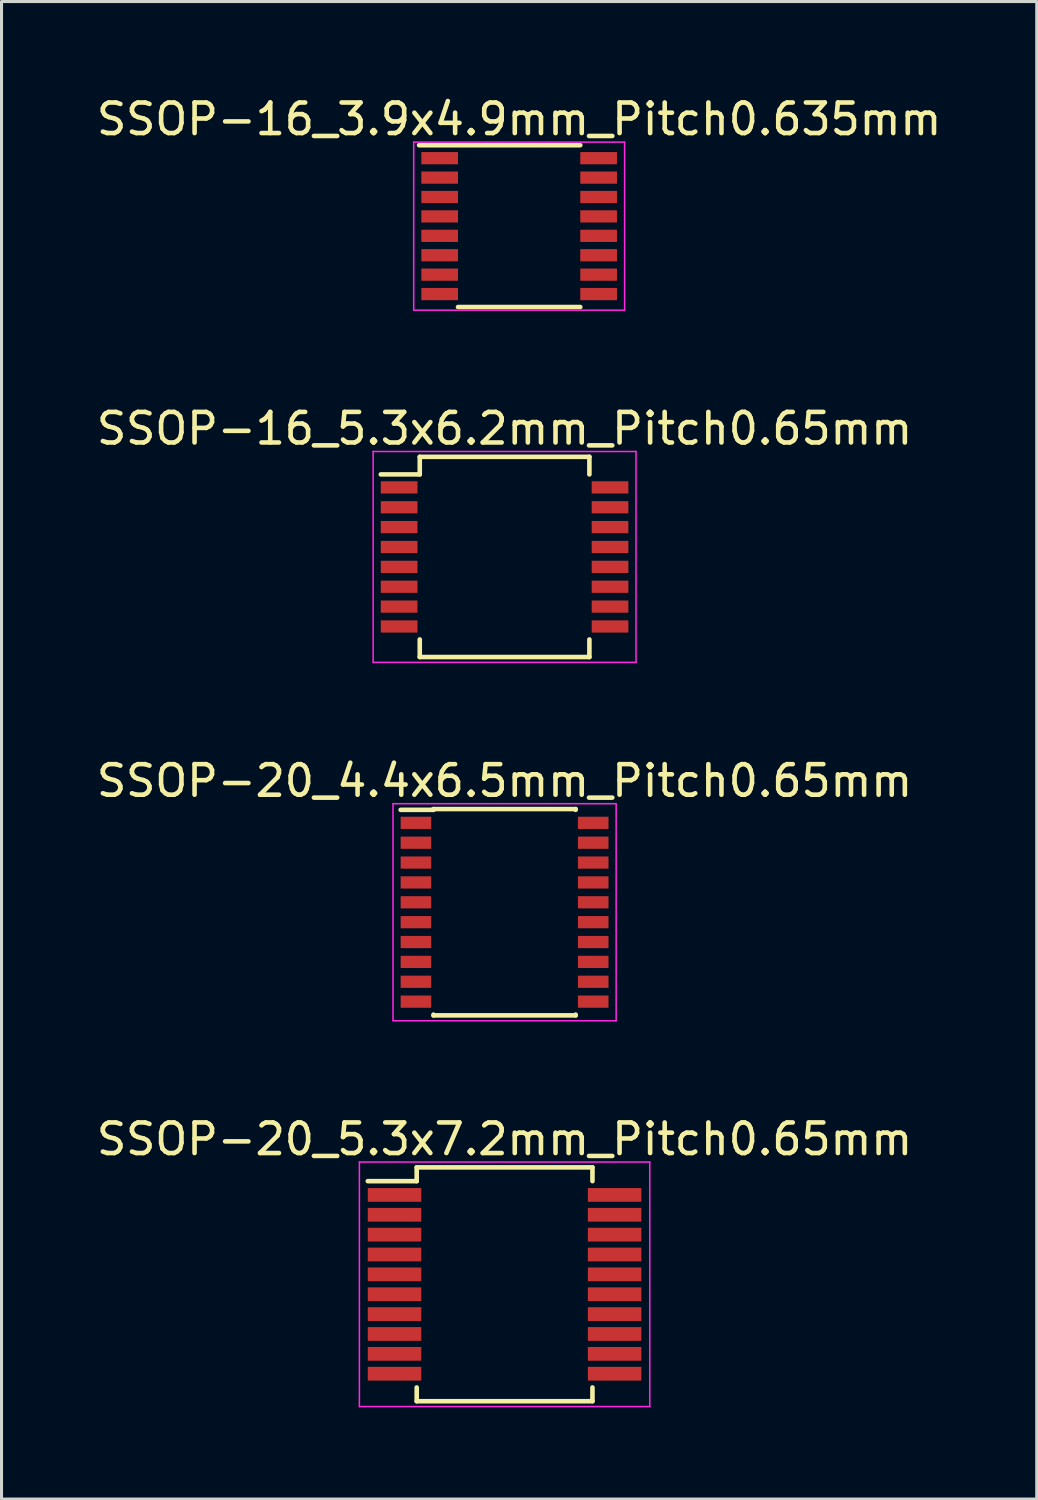
<source format=kicad_pcb>
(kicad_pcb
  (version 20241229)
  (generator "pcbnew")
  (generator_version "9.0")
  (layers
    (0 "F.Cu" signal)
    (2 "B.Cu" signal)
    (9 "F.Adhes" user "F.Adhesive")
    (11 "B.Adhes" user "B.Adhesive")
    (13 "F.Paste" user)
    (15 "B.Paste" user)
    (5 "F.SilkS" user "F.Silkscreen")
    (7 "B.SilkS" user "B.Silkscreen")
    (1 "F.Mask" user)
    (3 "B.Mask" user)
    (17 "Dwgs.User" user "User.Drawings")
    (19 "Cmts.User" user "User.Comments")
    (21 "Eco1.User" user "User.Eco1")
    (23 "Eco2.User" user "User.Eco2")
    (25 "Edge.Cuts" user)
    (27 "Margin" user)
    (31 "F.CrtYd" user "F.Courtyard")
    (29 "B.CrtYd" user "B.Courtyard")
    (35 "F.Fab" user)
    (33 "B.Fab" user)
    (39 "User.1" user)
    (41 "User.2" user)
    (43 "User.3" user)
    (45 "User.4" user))
  (footprint "SSOP-16_3.9x4.9mm_Pitch0.635mm"
    (layer "F.Cu")
    (at 13.935 4.348)
    (property "Reference" "SSOP-16_3.9x4.9mm_Pitch0.635mm" (at 0 -3.5 0) (layer "F.SilkS") (effects (font (size 1 1) (thickness 0.15))))
    (attr smd)
    (fp_line (start -3.275 -2.647) (end 2 -2.647) (stroke (width 0.15) (type solid)) (layer "F.SilkS"))
    (fp_line (start -2 2.647) (end 2 2.647) (stroke (width 0.15) (type solid)) (layer "F.SilkS"))
    (fp_line (start -3.45 -2.75) (end -3.45 2.75) (stroke (width 0.05) (type solid)) (layer "F.CrtYd"))
    (fp_line (start -3.45 -2.75) (end 3.45 -2.75) (stroke (width 0.05) (type solid)) (layer "F.CrtYd"))
    (fp_line (start -3.45 2.75) (end 3.45 2.75) (stroke (width 0.05) (type solid)) (layer "F.CrtYd"))
    (fp_line (start 3.45 -2.75) (end 3.45 2.75) (stroke (width 0.05) (type solid)) (layer "F.CrtYd"))
    (pad "1" smd rect (at -2.6 -2.223) (size 1.2 0.4) (layers "F.Cu" "F.Mask" "F.Paste"))
    (pad "2" smd rect (at -2.6 -1.587) (size 1.2 0.4) (layers "F.Cu" "F.Mask" "F.Paste"))
    (pad "3" smd rect (at -2.6 -0.953) (size 1.2 0.4) (layers "F.Cu" "F.Mask" "F.Paste"))
    (pad "4" smd rect (at -2.6 -0.318) (size 1.2 0.4) (layers "F.Cu" "F.Mask" "F.Paste"))
    (pad "5" smd rect (at -2.6 0.318) (size 1.2 0.4) (layers "F.Cu" "F.Mask" "F.Paste"))
    (pad "6" smd rect (at -2.6 0.953) (size 1.2 0.4) (layers "F.Cu" "F.Mask" "F.Paste"))
    (pad "7" smd rect (at -2.6 1.587) (size 1.2 0.4) (layers "F.Cu" "F.Mask" "F.Paste"))
    (pad "8" smd rect (at -2.6 2.223) (size 1.2 0.4) (layers "F.Cu" "F.Mask" "F.Paste"))
    (pad "9" smd rect (at 2.6 2.223) (size 1.2 0.4) (layers "F.Cu" "F.Mask" "F.Paste"))
    (pad "10" smd rect (at 2.6 1.587) (size 1.2 0.4) (layers "F.Cu" "F.Mask" "F.Paste"))
    (pad "11" smd rect (at 2.6 0.953) (size 1.2 0.4) (layers "F.Cu" "F.Mask" "F.Paste"))
    (pad "12" smd rect (at 2.6 0.318) (size 1.2 0.4) (layers "F.Cu" "F.Mask" "F.Paste"))
    (pad "13" smd rect (at 2.6 -0.318) (size 1.2 0.4) (layers "F.Cu" "F.Mask" "F.Paste"))
    (pad "14" smd rect (at 2.6 -0.953) (size 1.2 0.4) (layers "F.Cu" "F.Mask" "F.Paste"))
    (pad "15" smd rect (at 2.6 -1.587) (size 1.2 0.4) (layers "F.Cu" "F.Mask" "F.Paste"))
    (pad "16" smd rect (at 2.6 -2.223) (size 1.2 0.4) (layers "F.Cu" "F.Mask" "F.Paste")))
  (footprint "SSOP-20_4.4x6.5mm_Pitch0.65mm"
    (layer "F.Cu")
    (at 13.458 26.795)
    (property "Reference" "SSOP-20_4.4x6.5mm_Pitch0.65mm" (at 0 -4.3 0) (layer "F.SilkS") (effects (font (size 1 1) (thickness 0.15))))
    (attr smd)
    (fp_line (start -2.325 -3.375) (end -2.325 -3.35) (stroke (width 0.15) (type solid)) (layer "F.SilkS"))
    (fp_line (start -2.325 -3.375) (end 2.325 -3.375) (stroke (width 0.15) (type solid)) (layer "F.SilkS"))
    (fp_line (start -2.325 -3.35) (end -3.4 -3.35) (stroke (width 0.15) (type solid)) (layer "F.SilkS"))
    (fp_line (start -2.325 3.375) (end -2.325 3.35) (stroke (width 0.15) (type solid)) (layer "F.SilkS"))
    (fp_line (start -2.325 3.375) (end 2.325 3.375) (stroke (width 0.15) (type solid)) (layer "F.SilkS"))
    (fp_line (start 2.325 -3.375) (end 2.325 -3.35) (stroke (width 0.15) (type solid)) (layer "F.SilkS"))
    (fp_line (start 2.325 3.375) (end 2.325 3.35) (stroke (width 0.15) (type solid)) (layer "F.SilkS"))
    (fp_line (start -3.65 -3.55) (end -3.65 3.55) (stroke (width 0.05) (type solid)) (layer "F.CrtYd"))
    (fp_line (start -3.65 -3.55) (end 3.65 -3.55) (stroke (width 0.05) (type solid)) (layer "F.CrtYd"))
    (fp_line (start -3.65 3.55) (end 3.65 3.55) (stroke (width 0.05) (type solid)) (layer "F.CrtYd"))
    (fp_line (start 3.65 -3.55) (end 3.65 3.55) (stroke (width 0.05) (type solid)) (layer "F.CrtYd"))
    (pad "1" smd rect (at -2.9 -2.925) (size 1 0.4) (layers "F.Cu" "F.Mask" "F.Paste"))
    (pad "2" smd rect (at -2.9 -2.275) (size 1 0.4) (layers "F.Cu" "F.Mask" "F.Paste"))
    (pad "3" smd rect (at -2.9 -1.625) (size 1 0.4) (layers "F.Cu" "F.Mask" "F.Paste"))
    (pad "4" smd rect (at -2.9 -0.975) (size 1 0.4) (layers "F.Cu" "F.Mask" "F.Paste"))
    (pad "5" smd rect (at -2.9 -0.325) (size 1 0.4) (layers "F.Cu" "F.Mask" "F.Paste"))
    (pad "6" smd rect (at -2.9 0.325) (size 1 0.4) (layers "F.Cu" "F.Mask" "F.Paste"))
    (pad "7" smd rect (at -2.9 0.975) (size 1 0.4) (layers "F.Cu" "F.Mask" "F.Paste"))
    (pad "8" smd rect (at -2.9 1.625) (size 1 0.4) (layers "F.Cu" "F.Mask" "F.Paste"))
    (pad "9" smd rect (at -2.9 2.275) (size 1 0.4) (layers "F.Cu" "F.Mask" "F.Paste"))
    (pad "10" smd rect (at -2.9 2.925) (size 1 0.4) (layers "F.Cu" "F.Mask" "F.Paste"))
    (pad "11" smd rect (at 2.9 2.925) (size 1 0.4) (layers "F.Cu" "F.Mask" "F.Paste"))
    (pad "12" smd rect (at 2.9 2.275) (size 1 0.4) (layers "F.Cu" "F.Mask" "F.Paste"))
    (pad "13" smd rect (at 2.9 1.625) (size 1 0.4) (layers "F.Cu" "F.Mask" "F.Paste"))
    (pad "14" smd rect (at 2.9 0.975) (size 1 0.4) (layers "F.Cu" "F.Mask" "F.Paste"))
    (pad "15" smd rect (at 2.9 0.325) (size 1 0.4) (layers "F.Cu" "F.Mask" "F.Paste"))
    (pad "16" smd rect (at 2.9 -0.325) (size 1 0.4) (layers "F.Cu" "F.Mask" "F.Paste"))
    (pad "17" smd rect (at 2.9 -0.975) (size 1 0.4) (layers "F.Cu" "F.Mask" "F.Paste"))
    (pad "18" smd rect (at 2.9 -1.625) (size 1 0.4) (layers "F.Cu" "F.Mask" "F.Paste"))
    (pad "19" smd rect (at 2.9 -2.275) (size 1 0.4) (layers "F.Cu" "F.Mask" "F.Paste"))
    (pad "20" smd rect (at 2.9 -2.925) (size 1 0.4) (layers "F.Cu" "F.Mask" "F.Paste")))
  (footprint "SSOP-16_5.3x6.2mm_Pitch0.65mm"
    (layer "F.Cu")
    (at 13.458 15.171)
    (property "Reference" "SSOP-16_5.3x6.2mm_Pitch0.65mm" (at 0 -4.2 0) (layer "F.SilkS") (effects (font (size 1 1) (thickness 0.15))))
    (attr smd)
    (fp_line (start -2.775 -3.275) (end -2.775 -2.7) (stroke (width 0.15) (type solid)) (layer "F.SilkS"))
    (fp_line (start -2.775 -3.275) (end 2.775 -3.275) (stroke (width 0.15) (type solid)) (layer "F.SilkS"))
    (fp_line (start -2.775 -2.7) (end -4.05 -2.7) (stroke (width 0.15) (type solid)) (layer "F.SilkS"))
    (fp_line (start -2.775 3.275) (end -2.775 2.7) (stroke (width 0.15) (type solid)) (layer "F.SilkS"))
    (fp_line (start -2.775 3.275) (end 2.775 3.275) (stroke (width 0.15) (type solid)) (layer "F.SilkS"))
    (fp_line (start 2.775 -3.275) (end 2.775 -2.7) (stroke (width 0.15) (type solid)) (layer "F.SilkS"))
    (fp_line (start 2.775 3.275) (end 2.775 2.7) (stroke (width 0.15) (type solid)) (layer "F.SilkS"))
    (fp_line (start -4.3 -3.45) (end -4.3 3.45) (stroke (width 0.05) (type solid)) (layer "F.CrtYd"))
    (fp_line (start -4.3 -3.45) (end 4.3 -3.45) (stroke (width 0.05) (type solid)) (layer "F.CrtYd"))
    (fp_line (start -4.3 3.45) (end 4.3 3.45) (stroke (width 0.05) (type solid)) (layer "F.CrtYd"))
    (fp_line (start 4.3 -3.45) (end 4.3 3.45) (stroke (width 0.05) (type solid)) (layer "F.CrtYd"))
    (pad "1" smd rect (at -3.45 -2.275) (size 1.2 0.4) (layers "F.Cu" "F.Mask" "F.Paste"))
    (pad "2" smd rect (at -3.45 -1.625) (size 1.2 0.4) (layers "F.Cu" "F.Mask" "F.Paste"))
    (pad "3" smd rect (at -3.45 -0.975) (size 1.2 0.4) (layers "F.Cu" "F.Mask" "F.Paste"))
    (pad "4" smd rect (at -3.45 -0.325) (size 1.2 0.4) (layers "F.Cu" "F.Mask" "F.Paste"))
    (pad "5" smd rect (at -3.45 0.325) (size 1.2 0.4) (layers "F.Cu" "F.Mask" "F.Paste"))
    (pad "6" smd rect (at -3.45 0.975) (size 1.2 0.4) (layers "F.Cu" "F.Mask" "F.Paste"))
    (pad "7" smd rect (at -3.45 1.625) (size 1.2 0.4) (layers "F.Cu" "F.Mask" "F.Paste"))
    (pad "8" smd rect (at -3.45 2.275) (size 1.2 0.4) (layers "F.Cu" "F.Mask" "F.Paste"))
    (pad "9" smd rect (at 3.45 2.275) (size 1.2 0.4) (layers "F.Cu" "F.Mask" "F.Paste"))
    (pad "10" smd rect (at 3.45 1.625) (size 1.2 0.4) (layers "F.Cu" "F.Mask" "F.Paste"))
    (pad "11" smd rect (at 3.45 0.975) (size 1.2 0.4) (layers "F.Cu" "F.Mask" "F.Paste"))
    (pad "12" smd rect (at 3.45 0.325) (size 1.2 0.4) (layers "F.Cu" "F.Mask" "F.Paste"))
    (pad "13" smd rect (at 3.45 -0.325) (size 1.2 0.4) (layers "F.Cu" "F.Mask" "F.Paste"))
    (pad "14" smd rect (at 3.45 -0.975) (size 1.2 0.4) (layers "F.Cu" "F.Mask" "F.Paste"))
    (pad "15" smd rect (at 3.45 -1.625) (size 1.2 0.4) (layers "F.Cu" "F.Mask" "F.Paste"))
    (pad "16" smd rect (at 3.45 -2.275) (size 1.2 0.4) (layers "F.Cu" "F.Mask" "F.Paste")))
  (footprint "SSOP-20_5.3x7.2mm_Pitch0.65mm"
    (layer "F.Cu")
    (at 13.458 38.968)
    (property "Reference" "SSOP-20_5.3x7.2mm_Pitch0.65mm" (at 0 -4.75 0) (layer "F.SilkS") (effects (font (size 1 1) (thickness 0.15))))
    (attr smd)
    (fp_line (start -2.875 -3.825) (end -2.875 -3.375) (stroke (width 0.15) (type solid)) (layer "F.SilkS"))
    (fp_line (start -2.875 -3.825) (end 2.875 -3.825) (stroke (width 0.15) (type solid)) (layer "F.SilkS"))
    (fp_line (start -2.875 -3.375) (end -4.475 -3.375) (stroke (width 0.15) (type solid)) (layer "F.SilkS"))
    (fp_line (start -2.875 3.825) (end -2.875 3.375) (stroke (width 0.15) (type solid)) (layer "F.SilkS"))
    (fp_line (start -2.875 3.825) (end 2.875 3.825) (stroke (width 0.15) (type solid)) (layer "F.SilkS"))
    (fp_line (start 2.875 -3.825) (end 2.875 -3.375) (stroke (width 0.15) (type solid)) (layer "F.SilkS"))
    (fp_line (start 2.875 3.825) (end 2.875 3.375) (stroke (width 0.15) (type solid)) (layer "F.SilkS"))
    (fp_line (start -4.75 -4) (end -4.75 4) (stroke (width 0.05) (type solid)) (layer "F.CrtYd"))
    (fp_line (start -4.75 -4) (end 4.75 -4) (stroke (width 0.05) (type solid)) (layer "F.CrtYd"))
    (fp_line (start -4.75 4) (end 4.75 4) (stroke (width 0.05) (type solid)) (layer "F.CrtYd"))
    (fp_line (start 4.75 -4) (end 4.75 4) (stroke (width 0.05) (type solid)) (layer "F.CrtYd"))
    (pad "1" smd rect (at -3.6 -2.925) (size 1.75 0.45) (layers "F.Cu" "F.Mask" "F.Paste"))
    (pad "2" smd rect (at -3.6 -2.275) (size 1.75 0.45) (layers "F.Cu" "F.Mask" "F.Paste"))
    (pad "3" smd rect (at -3.6 -1.625) (size 1.75 0.45) (layers "F.Cu" "F.Mask" "F.Paste"))
    (pad "4" smd rect (at -3.6 -0.975) (size 1.75 0.45) (layers "F.Cu" "F.Mask" "F.Paste"))
    (pad "5" smd rect (at -3.6 -0.325) (size 1.75 0.45) (layers "F.Cu" "F.Mask" "F.Paste"))
    (pad "6" smd rect (at -3.6 0.325) (size 1.75 0.45) (layers "F.Cu" "F.Mask" "F.Paste"))
    (pad "7" smd rect (at -3.6 0.975) (size 1.75 0.45) (layers "F.Cu" "F.Mask" "F.Paste"))
    (pad "8" smd rect (at -3.6 1.625) (size 1.75 0.45) (layers "F.Cu" "F.Mask" "F.Paste"))
    (pad "9" smd rect (at -3.6 2.275) (size 1.75 0.45) (layers "F.Cu" "F.Mask" "F.Paste"))
    (pad "10" smd rect (at -3.6 2.925) (size 1.75 0.45) (layers "F.Cu" "F.Mask" "F.Paste"))
    (pad "11" smd rect (at 3.6 2.925) (size 1.75 0.45) (layers "F.Cu" "F.Mask" "F.Paste"))
    (pad "12" smd rect (at 3.6 2.275) (size 1.75 0.45) (layers "F.Cu" "F.Mask" "F.Paste"))
    (pad "13" smd rect (at 3.6 1.625) (size 1.75 0.45) (layers "F.Cu" "F.Mask" "F.Paste"))
    (pad "14" smd rect (at 3.6 0.975) (size 1.75 0.45) (layers "F.Cu" "F.Mask" "F.Paste"))
    (pad "15" smd rect (at 3.6 0.325) (size 1.75 0.45) (layers "F.Cu" "F.Mask" "F.Paste"))
    (pad "16" smd rect (at 3.6 -0.325) (size 1.75 0.45) (layers "F.Cu" "F.Mask" "F.Paste"))
    (pad "17" smd rect (at 3.6 -0.975) (size 1.75 0.45) (layers "F.Cu" "F.Mask" "F.Paste"))
    (pad "18" smd rect (at 3.6 -1.625) (size 1.75 0.45) (layers "F.Cu" "F.Mask" "F.Paste"))
    (pad "19" smd rect (at 3.6 -2.275) (size 1.75 0.45) (layers "F.Cu" "F.Mask" "F.Paste"))
    (pad "20" smd rect (at 3.6 -2.925) (size 1.75 0.45) (layers "F.Cu" "F.Mask" "F.Paste")))
  (gr_rect
    (start -3 -3)
    (end 30.869 45.993)
    (stroke (width 0.1) (type default))
    (fill no)
    (layer "Edge.Cuts")))
</source>
